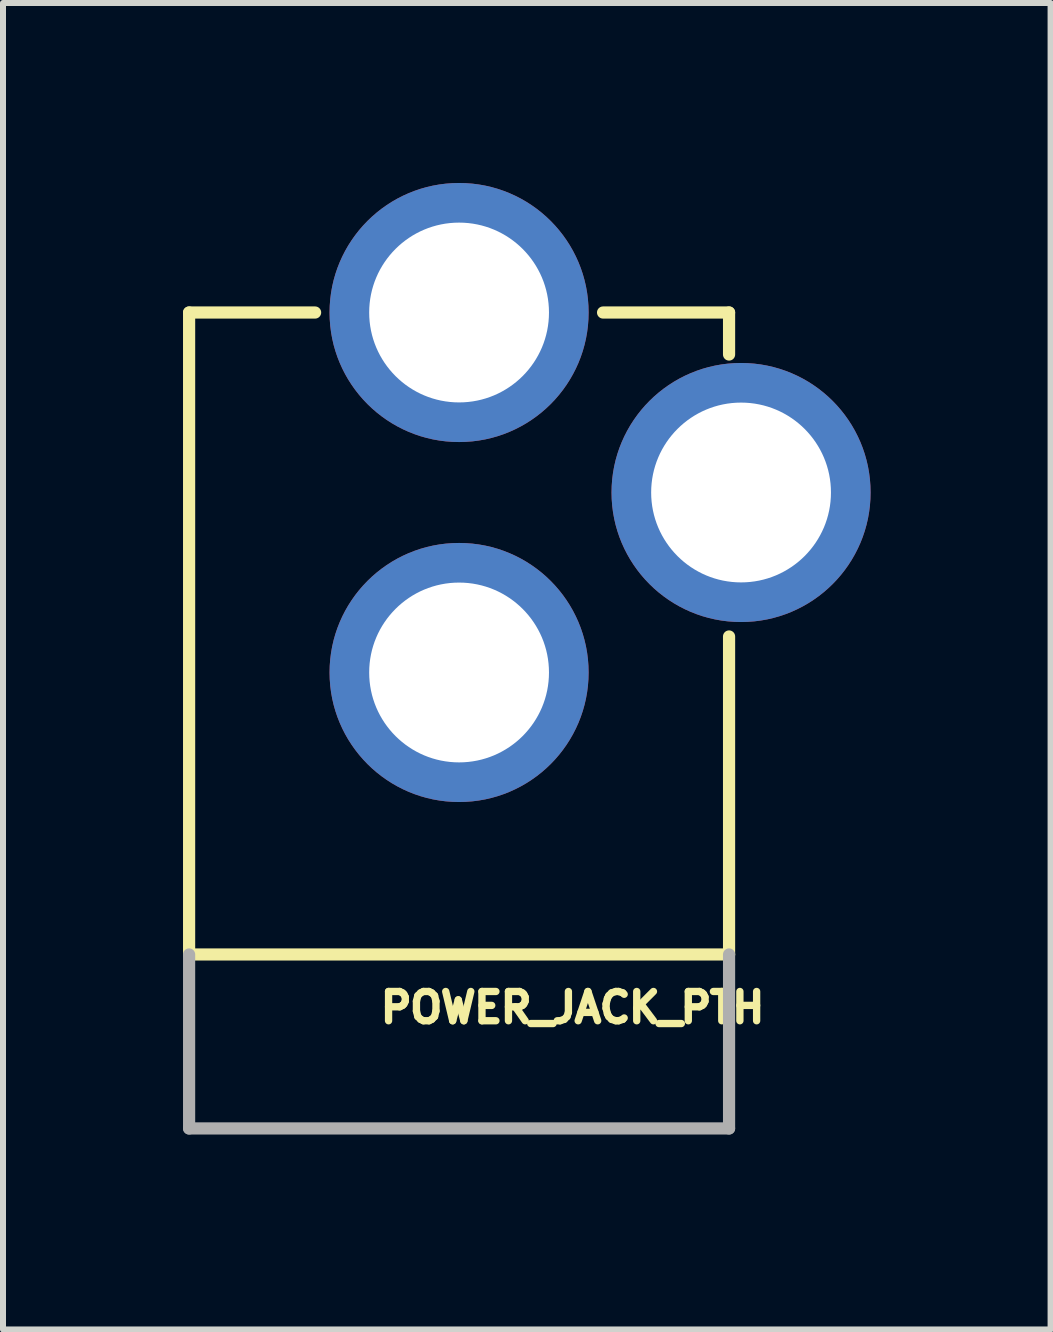
<source format=kicad_pcb>
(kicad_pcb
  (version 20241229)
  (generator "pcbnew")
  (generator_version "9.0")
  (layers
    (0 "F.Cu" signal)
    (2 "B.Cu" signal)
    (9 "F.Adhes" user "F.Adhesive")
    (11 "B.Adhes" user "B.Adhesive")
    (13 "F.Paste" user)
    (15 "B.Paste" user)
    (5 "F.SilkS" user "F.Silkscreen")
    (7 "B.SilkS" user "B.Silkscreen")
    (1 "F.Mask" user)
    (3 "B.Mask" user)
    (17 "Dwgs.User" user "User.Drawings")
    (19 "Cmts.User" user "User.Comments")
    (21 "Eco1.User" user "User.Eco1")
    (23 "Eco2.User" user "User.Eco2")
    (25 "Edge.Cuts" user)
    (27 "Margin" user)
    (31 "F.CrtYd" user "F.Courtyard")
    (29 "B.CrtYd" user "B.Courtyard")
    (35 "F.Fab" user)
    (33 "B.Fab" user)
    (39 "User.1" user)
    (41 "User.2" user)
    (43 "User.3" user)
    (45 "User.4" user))
  (footprint "POWER_JACK_PTH"
    (layer "F.Cu")
    (at 4.602 15.859)
    (property "Reference" "POWER_JACK_PTH" (at -1.372 -1.829 0) (unlocked yes) (layer "F.SilkS") (effects (font (size 0.488 0.488) (thickness 0.122)) (justify left bottom)))
    (fp_line (start -4.5 -13.7) (end -2.4 -13.7) (stroke (width 0.203) (type solid)) (layer "F.SilkS"))
    (fp_line (start -4.5 -3) (end -4.5 -13.7) (stroke (width 0.203) (type solid)) (layer "F.SilkS"))
    (fp_line (start -4.5 -3) (end 4.5 -3) (stroke (width 0.203) (type solid)) (layer "F.SilkS"))
    (fp_line (start 4.5 -13.7) (end 2.4 -13.7) (stroke (width 0.203) (type solid)) (layer "F.SilkS"))
    (fp_line (start 4.5 -13.7) (end 4.5 -13) (stroke (width 0.203) (type solid)) (layer "F.SilkS"))
    (fp_line (start 4.5 -3) (end 4.5 -8.3) (stroke (width 0.203) (type solid)) (layer "F.SilkS"))
    (fp_line (start -4.5 -3) (end -4.5 -0.1) (stroke (width 0.203) (type solid)) (layer "F.Fab"))
    (fp_line (start 4.5 -0.1) (end -4.5 -0.1) (stroke (width 0.203) (type solid)) (layer "F.Fab"))
    (fp_line (start 4.5 -0.1) (end 4.5 -3) (stroke (width 0.203) (type solid)) (layer "F.Fab"))
    (pad "GND" thru_hole circle (at 0 -7.7) (size 4.318 4.318) (drill 2.997) (layers "*.Cu" "*.Mask"))
    (pad "GNDBREAK" thru_hole circle (at 4.7 -10.7 90) (size 4.318 4.318) (drill 2.997) (layers "*.Cu" "*.Mask"))
    (pad "PWR" thru_hole circle (at 0 -13.7) (size 4.318 4.318) (drill 2.997) (layers "*.Cu" "*.Mask")))
  (gr_rect
    (start -3 -3)
    (end 14.461 19.109)
    (stroke (width 0.1) (type default))
    (fill no)
    (layer "Edge.Cuts")))
</source>
